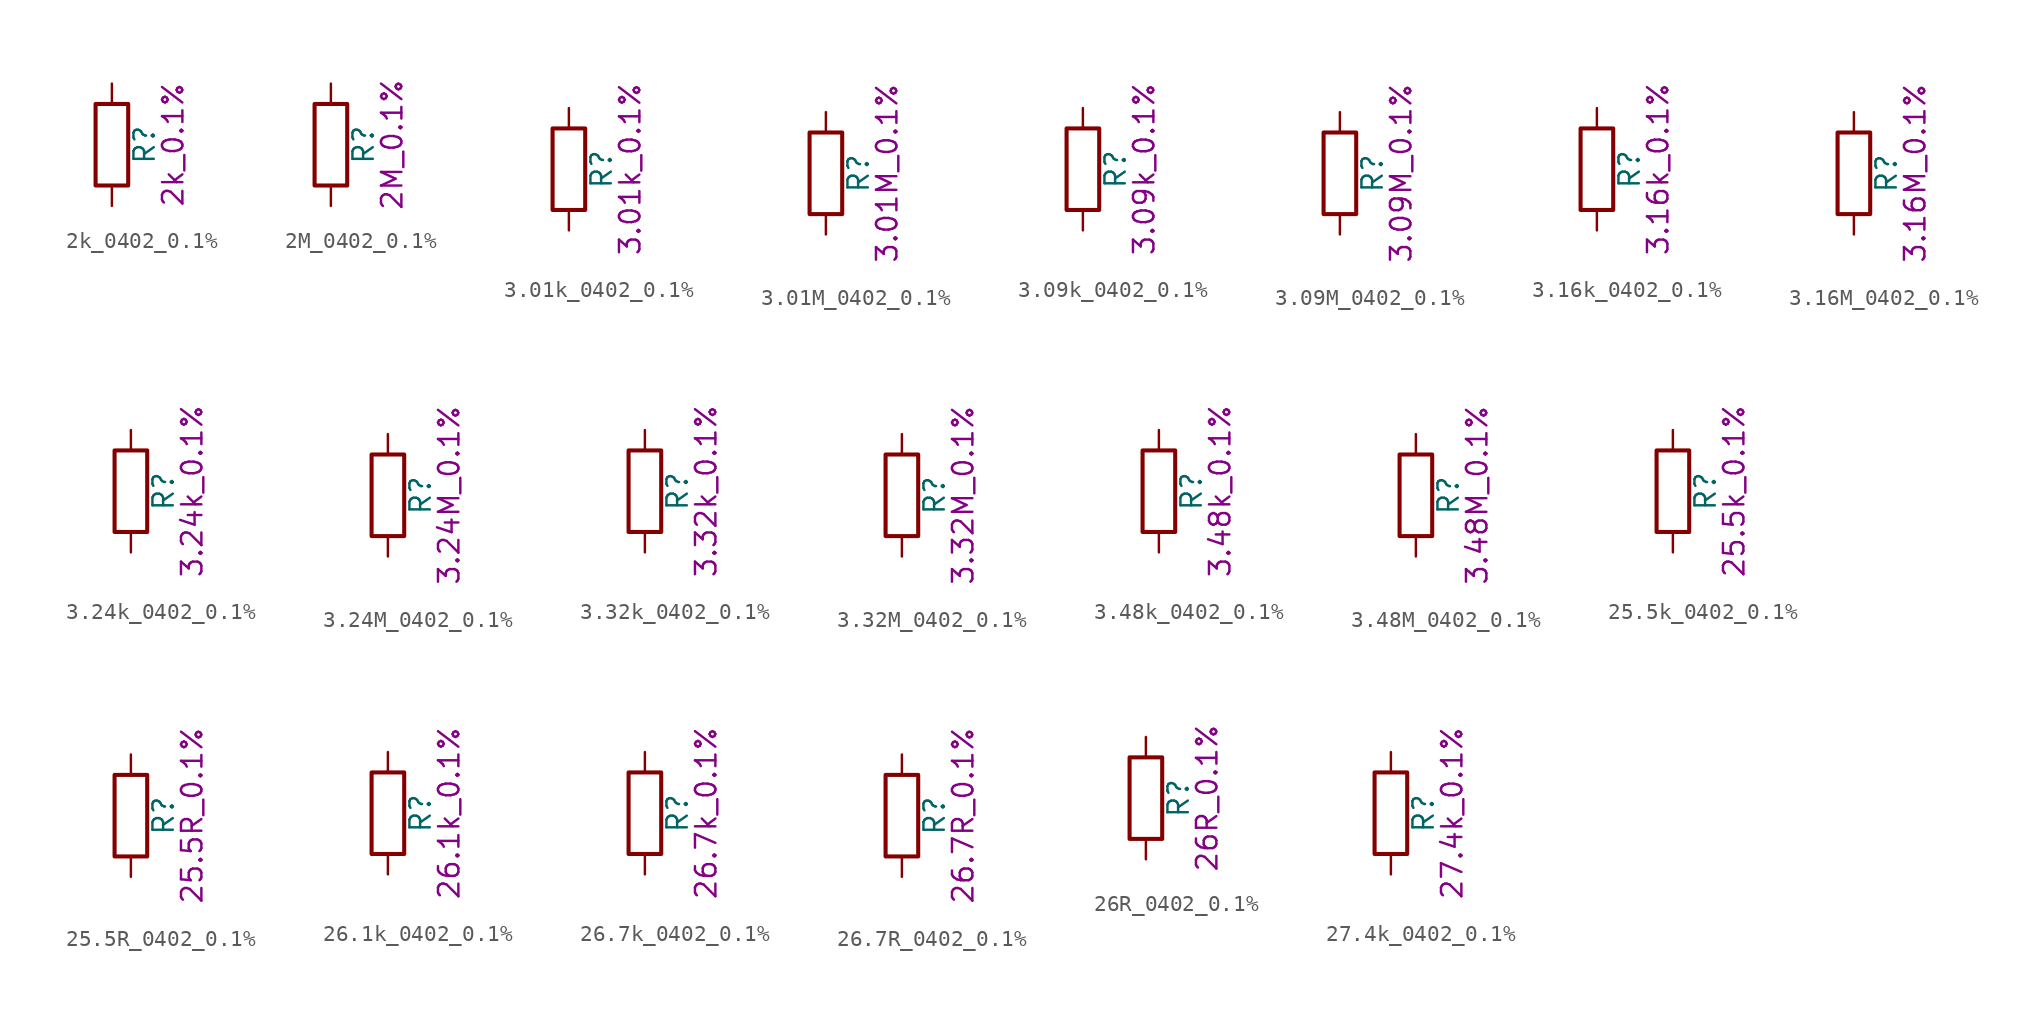
<source format=kicad_sym>
(kicad_symbol_lib
  (version 20211014)
  (generator kicad_symbol_editor)
  (symbol "2k_0402_0.1%"
    (pin_numbers hide)
    (pin_names
      (offset 0))
    (property "Reference" "R"
      (at 2.032 0 90)
      (effects (font (size 1.27 1.27))))
    (property "Display" "2k_0.1%"
      (at 3.81 0 90)
      (effects (font (size 1.27 1.27))))
    (symbol "2k_0402_0.1%_0_1"
      (rectangle (start -1.016 -2.54) (end 1.016 2.54) (stroke (width 0.254) (type default) (color 0 0 0 0)) (fill (type none))))
    (symbol "2k_0402_0.1%_1_1"
      (pin passive line (at 0 3.81 270) (length 1.27) (name "~" (effects (font (size 1.27 1.27)))) (number "1" (effects (font (size 1.27 1.27)))))
      (pin passive line (at 0 -3.81 90) (length 1.27) (name "~" (effects (font (size 1.27 1.27)))) (number "2" (effects (font (size 1.27 1.27)))))))
  (symbol "2M_0402_0.1%"
    (pin_numbers hide)
    (pin_names
      (offset 0))
    (property "Reference" "R"
      (at 2.032 0 90)
      (effects (font (size 1.27 1.27))))
    (property "Display" "2M_0.1%"
      (at 3.81 0 90)
      (effects (font (size 1.27 1.27))))
    (symbol "2M_0402_0.1%_0_1"
      (rectangle (start -1.016 -2.54) (end 1.016 2.54) (stroke (width 0.254) (type default) (color 0 0 0 0)) (fill (type none))))
    (symbol "2M_0402_0.1%_1_1"
      (pin passive line (at 0 3.81 270) (length 1.27) (name "~" (effects (font (size 1.27 1.27)))) (number "1" (effects (font (size 1.27 1.27)))))
      (pin passive line (at 0 -3.81 90) (length 1.27) (name "~" (effects (font (size 1.27 1.27)))) (number "2" (effects (font (size 1.27 1.27)))))))
  (symbol "3.01k_0402_0.1%"
    (pin_numbers hide)
    (pin_names
      (offset 0))
    (property "Reference" "R"
      (at 2.032 0 90)
      (effects (font (size 1.27 1.27))))
    (property "Display" "3.01k_0.1%"
      (at 3.81 0 90)
      (effects (font (size 1.27 1.27))))
    (symbol "3.01k_0402_0.1%_0_1"
      (rectangle (start -1.016 -2.54) (end 1.016 2.54) (stroke (width 0.254) (type default) (color 0 0 0 0)) (fill (type none))))
    (symbol "3.01k_0402_0.1%_1_1"
      (pin passive line (at 0 3.81 270) (length 1.27) (name "~" (effects (font (size 1.27 1.27)))) (number "1" (effects (font (size 1.27 1.27)))))
      (pin passive line (at 0 -3.81 90) (length 1.27) (name "~" (effects (font (size 1.27 1.27)))) (number "2" (effects (font (size 1.27 1.27)))))))
  (symbol "3.01M_0402_0.1%"
    (pin_numbers hide)
    (pin_names
      (offset 0))
    (property "Reference" "R"
      (at 2.032 0 90)
      (effects (font (size 1.27 1.27))))
    (property "Display" "3.01M_0.1%"
      (at 3.81 0 90)
      (effects (font (size 1.27 1.27))))
    (symbol "3.01M_0402_0.1%_0_1"
      (rectangle (start -1.016 -2.54) (end 1.016 2.54) (stroke (width 0.254) (type default) (color 0 0 0 0)) (fill (type none))))
    (symbol "3.01M_0402_0.1%_1_1"
      (pin passive line (at 0 3.81 270) (length 1.27) (name "~" (effects (font (size 1.27 1.27)))) (number "1" (effects (font (size 1.27 1.27)))))
      (pin passive line (at 0 -3.81 90) (length 1.27) (name "~" (effects (font (size 1.27 1.27)))) (number "2" (effects (font (size 1.27 1.27)))))))
  (symbol "3.09k_0402_0.1%"
    (pin_numbers hide)
    (pin_names
      (offset 0))
    (property "Reference" "R"
      (at 2.032 0 90)
      (effects (font (size 1.27 1.27))))
    (property "Display" "3.09k_0.1%"
      (at 3.81 0 90)
      (effects (font (size 1.27 1.27))))
    (symbol "3.09k_0402_0.1%_0_1"
      (rectangle (start -1.016 -2.54) (end 1.016 2.54) (stroke (width 0.254) (type default) (color 0 0 0 0)) (fill (type none))))
    (symbol "3.09k_0402_0.1%_1_1"
      (pin passive line (at 0 3.81 270) (length 1.27) (name "~" (effects (font (size 1.27 1.27)))) (number "1" (effects (font (size 1.27 1.27)))))
      (pin passive line (at 0 -3.81 90) (length 1.27) (name "~" (effects (font (size 1.27 1.27)))) (number "2" (effects (font (size 1.27 1.27)))))))
  (symbol "3.09M_0402_0.1%"
    (pin_numbers hide)
    (pin_names
      (offset 0))
    (property "Reference" "R"
      (at 2.032 0 90)
      (effects (font (size 1.27 1.27))))
    (property "Display" "3.09M_0.1%"
      (at 3.81 0 90)
      (effects (font (size 1.27 1.27))))
    (symbol "3.09M_0402_0.1%_0_1"
      (rectangle (start -1.016 -2.54) (end 1.016 2.54) (stroke (width 0.254) (type default) (color 0 0 0 0)) (fill (type none))))
    (symbol "3.09M_0402_0.1%_1_1"
      (pin passive line (at 0 3.81 270) (length 1.27) (name "~" (effects (font (size 1.27 1.27)))) (number "1" (effects (font (size 1.27 1.27)))))
      (pin passive line (at 0 -3.81 90) (length 1.27) (name "~" (effects (font (size 1.27 1.27)))) (number "2" (effects (font (size 1.27 1.27)))))))
  (symbol "3.16k_0402_0.1%"
    (pin_numbers hide)
    (pin_names
      (offset 0))
    (property "Reference" "R"
      (at 2.032 0 90)
      (effects (font (size 1.27 1.27))))
    (property "Display" "3.16k_0.1%"
      (at 3.81 0 90)
      (effects (font (size 1.27 1.27))))
    (symbol "3.16k_0402_0.1%_0_1"
      (rectangle (start -1.016 -2.54) (end 1.016 2.54) (stroke (width 0.254) (type default) (color 0 0 0 0)) (fill (type none))))
    (symbol "3.16k_0402_0.1%_1_1"
      (pin passive line (at 0 3.81 270) (length 1.27) (name "~" (effects (font (size 1.27 1.27)))) (number "1" (effects (font (size 1.27 1.27)))))
      (pin passive line (at 0 -3.81 90) (length 1.27) (name "~" (effects (font (size 1.27 1.27)))) (number "2" (effects (font (size 1.27 1.27)))))))
  (symbol "3.16M_0402_0.1%"
    (pin_numbers hide)
    (pin_names
      (offset 0))
    (property "Reference" "R"
      (at 2.032 0 90)
      (effects (font (size 1.27 1.27))))
    (property "Display" "3.16M_0.1%"
      (at 3.81 0 90)
      (effects (font (size 1.27 1.27))))
    (symbol "3.16M_0402_0.1%_0_1"
      (rectangle (start -1.016 -2.54) (end 1.016 2.54) (stroke (width 0.254) (type default) (color 0 0 0 0)) (fill (type none))))
    (symbol "3.16M_0402_0.1%_1_1"
      (pin passive line (at 0 3.81 270) (length 1.27) (name "~" (effects (font (size 1.27 1.27)))) (number "1" (effects (font (size 1.27 1.27)))))
      (pin passive line (at 0 -3.81 90) (length 1.27) (name "~" (effects (font (size 1.27 1.27)))) (number "2" (effects (font (size 1.27 1.27)))))))
  (symbol "3.24k_0402_0.1%"
    (pin_numbers hide)
    (pin_names
      (offset 0))
    (property "Reference" "R"
      (at 2.032 0 90)
      (effects (font (size 1.27 1.27))))
    (property "Display" "3.24k_0.1%"
      (at 3.81 0 90)
      (effects (font (size 1.27 1.27))))
    (symbol "3.24k_0402_0.1%_0_1"
      (rectangle (start -1.016 -2.54) (end 1.016 2.54) (stroke (width 0.254) (type default) (color 0 0 0 0)) (fill (type none))))
    (symbol "3.24k_0402_0.1%_1_1"
      (pin passive line (at 0 3.81 270) (length 1.27) (name "~" (effects (font (size 1.27 1.27)))) (number "1" (effects (font (size 1.27 1.27)))))
      (pin passive line (at 0 -3.81 90) (length 1.27) (name "~" (effects (font (size 1.27 1.27)))) (number "2" (effects (font (size 1.27 1.27)))))))
  (symbol "3.24M_0402_0.1%"
    (pin_numbers hide)
    (pin_names
      (offset 0))
    (property "Reference" "R"
      (at 2.032 0 90)
      (effects (font (size 1.27 1.27))))
    (property "Display" "3.24M_0.1%"
      (at 3.81 0 90)
      (effects (font (size 1.27 1.27))))
    (symbol "3.24M_0402_0.1%_0_1"
      (rectangle (start -1.016 -2.54) (end 1.016 2.54) (stroke (width 0.254) (type default) (color 0 0 0 0)) (fill (type none))))
    (symbol "3.24M_0402_0.1%_1_1"
      (pin passive line (at 0 3.81 270) (length 1.27) (name "~" (effects (font (size 1.27 1.27)))) (number "1" (effects (font (size 1.27 1.27)))))
      (pin passive line (at 0 -3.81 90) (length 1.27) (name "~" (effects (font (size 1.27 1.27)))) (number "2" (effects (font (size 1.27 1.27)))))))
  (symbol "3.32k_0402_0.1%"
    (pin_numbers hide)
    (pin_names
      (offset 0))
    (property "Reference" "R"
      (at 2.032 0 90)
      (effects (font (size 1.27 1.27))))
    (property "Display" "3.32k_0.1%"
      (at 3.81 0 90)
      (effects (font (size 1.27 1.27))))
    (symbol "3.32k_0402_0.1%_0_1"
      (rectangle (start -1.016 -2.54) (end 1.016 2.54) (stroke (width 0.254) (type default) (color 0 0 0 0)) (fill (type none))))
    (symbol "3.32k_0402_0.1%_1_1"
      (pin passive line (at 0 3.81 270) (length 1.27) (name "~" (effects (font (size 1.27 1.27)))) (number "1" (effects (font (size 1.27 1.27)))))
      (pin passive line (at 0 -3.81 90) (length 1.27) (name "~" (effects (font (size 1.27 1.27)))) (number "2" (effects (font (size 1.27 1.27)))))))
  (symbol "3.32M_0402_0.1%"
    (pin_numbers hide)
    (pin_names
      (offset 0))
    (property "Reference" "R"
      (at 2.032 0 90)
      (effects (font (size 1.27 1.27))))
    (property "Display" "3.32M_0.1%"
      (at 3.81 0 90)
      (effects (font (size 1.27 1.27))))
    (symbol "3.32M_0402_0.1%_0_1"
      (rectangle (start -1.016 -2.54) (end 1.016 2.54) (stroke (width 0.254) (type default) (color 0 0 0 0)) (fill (type none))))
    (symbol "3.32M_0402_0.1%_1_1"
      (pin passive line (at 0 3.81 270) (length 1.27) (name "~" (effects (font (size 1.27 1.27)))) (number "1" (effects (font (size 1.27 1.27)))))
      (pin passive line (at 0 -3.81 90) (length 1.27) (name "~" (effects (font (size 1.27 1.27)))) (number "2" (effects (font (size 1.27 1.27)))))))
  (symbol "3.48k_0402_0.1%"
    (pin_numbers hide)
    (pin_names
      (offset 0))
    (property "Reference" "R"
      (at 2.032 0 90)
      (effects (font (size 1.27 1.27))))
    (property "Display" "3.48k_0.1%"
      (at 3.81 0 90)
      (effects (font (size 1.27 1.27))))
    (symbol "3.48k_0402_0.1%_0_1"
      (rectangle (start -1.016 -2.54) (end 1.016 2.54) (stroke (width 0.254) (type default) (color 0 0 0 0)) (fill (type none))))
    (symbol "3.48k_0402_0.1%_1_1"
      (pin passive line (at 0 3.81 270) (length 1.27) (name "~" (effects (font (size 1.27 1.27)))) (number "1" (effects (font (size 1.27 1.27)))))
      (pin passive line (at 0 -3.81 90) (length 1.27) (name "~" (effects (font (size 1.27 1.27)))) (number "2" (effects (font (size 1.27 1.27)))))))
  (symbol "3.48M_0402_0.1%"
    (pin_numbers hide)
    (pin_names
      (offset 0))
    (property "Reference" "R"
      (at 2.032 0 90)
      (effects (font (size 1.27 1.27))))
    (property "Display" "3.48M_0.1%"
      (at 3.81 0 90)
      (effects (font (size 1.27 1.27))))
    (symbol "3.48M_0402_0.1%_0_1"
      (rectangle (start -1.016 -2.54) (end 1.016 2.54) (stroke (width 0.254) (type default) (color 0 0 0 0)) (fill (type none))))
    (symbol "3.48M_0402_0.1%_1_1"
      (pin passive line (at 0 3.81 270) (length 1.27) (name "~" (effects (font (size 1.27 1.27)))) (number "1" (effects (font (size 1.27 1.27)))))
      (pin passive line (at 0 -3.81 90) (length 1.27) (name "~" (effects (font (size 1.27 1.27)))) (number "2" (effects (font (size 1.27 1.27)))))))
  (symbol "25.5k_0402_0.1%"
    (pin_numbers hide)
    (pin_names
      (offset 0))
    (property "Reference" "R"
      (at 2.032 0 90)
      (effects (font (size 1.27 1.27))))
    (property "Display" "25.5k_0.1%"
      (at 3.81 0 90)
      (effects (font (size 1.27 1.27))))
    (symbol "25.5k_0402_0.1%_0_1"
      (rectangle (start -1.016 -2.54) (end 1.016 2.54) (stroke (width 0.254) (type default) (color 0 0 0 0)) (fill (type none))))
    (symbol "25.5k_0402_0.1%_1_1"
      (pin passive line (at 0 3.81 270) (length 1.27) (name "~" (effects (font (size 1.27 1.27)))) (number "1" (effects (font (size 1.27 1.27)))))
      (pin passive line (at 0 -3.81 90) (length 1.27) (name "~" (effects (font (size 1.27 1.27)))) (number "2" (effects (font (size 1.27 1.27)))))))
  (symbol "25.5R_0402_0.1%"
    (pin_numbers hide)
    (pin_names
      (offset 0))
    (property "Reference" "R"
      (at 2.032 0 90)
      (effects (font (size 1.27 1.27))))
    (property "Display" "25.5R_0.1%"
      (at 3.81 0 90)
      (effects (font (size 1.27 1.27))))
    (symbol "25.5R_0402_0.1%_0_1"
      (rectangle (start -1.016 -2.54) (end 1.016 2.54) (stroke (width 0.254) (type default) (color 0 0 0 0)) (fill (type none))))
    (symbol "25.5R_0402_0.1%_1_1"
      (pin passive line (at 0 3.81 270) (length 1.27) (name "~" (effects (font (size 1.27 1.27)))) (number "1" (effects (font (size 1.27 1.27)))))
      (pin passive line (at 0 -3.81 90) (length 1.27) (name "~" (effects (font (size 1.27 1.27)))) (number "2" (effects (font (size 1.27 1.27)))))))
  (symbol "26.1k_0402_0.1%"
    (pin_numbers hide)
    (pin_names
      (offset 0))
    (property "Reference" "R"
      (at 2.032 0 90)
      (effects (font (size 1.27 1.27))))
    (property "Display" "26.1k_0.1%"
      (at 3.81 0 90)
      (effects (font (size 1.27 1.27))))
    (symbol "26.1k_0402_0.1%_0_1"
      (rectangle (start -1.016 -2.54) (end 1.016 2.54) (stroke (width 0.254) (type default) (color 0 0 0 0)) (fill (type none))))
    (symbol "26.1k_0402_0.1%_1_1"
      (pin passive line (at 0 3.81 270) (length 1.27) (name "~" (effects (font (size 1.27 1.27)))) (number "1" (effects (font (size 1.27 1.27)))))
      (pin passive line (at 0 -3.81 90) (length 1.27) (name "~" (effects (font (size 1.27 1.27)))) (number "2" (effects (font (size 1.27 1.27)))))))
  (symbol "26.7k_0402_0.1%"
    (pin_numbers hide)
    (pin_names
      (offset 0))
    (property "Reference" "R"
      (at 2.032 0 90)
      (effects (font (size 1.27 1.27))))
    (property "Display" "26.7k_0.1%"
      (at 3.81 0 90)
      (effects (font (size 1.27 1.27))))
    (symbol "26.7k_0402_0.1%_0_1"
      (rectangle (start -1.016 -2.54) (end 1.016 2.54) (stroke (width 0.254) (type default) (color 0 0 0 0)) (fill (type none))))
    (symbol "26.7k_0402_0.1%_1_1"
      (pin passive line (at 0 3.81 270) (length 1.27) (name "~" (effects (font (size 1.27 1.27)))) (number "1" (effects (font (size 1.27 1.27)))))
      (pin passive line (at 0 -3.81 90) (length 1.27) (name "~" (effects (font (size 1.27 1.27)))) (number "2" (effects (font (size 1.27 1.27)))))))
  (symbol "26.7R_0402_0.1%"
    (pin_numbers hide)
    (pin_names
      (offset 0))
    (property "Reference" "R"
      (at 2.032 0 90)
      (effects (font (size 1.27 1.27))))
    (property "Display" "26.7R_0.1%"
      (at 3.81 0 90)
      (effects (font (size 1.27 1.27))))
    (symbol "26.7R_0402_0.1%_0_1"
      (rectangle (start -1.016 -2.54) (end 1.016 2.54) (stroke (width 0.254) (type default) (color 0 0 0 0)) (fill (type none))))
    (symbol "26.7R_0402_0.1%_1_1"
      (pin passive line (at 0 3.81 270) (length 1.27) (name "~" (effects (font (size 1.27 1.27)))) (number "1" (effects (font (size 1.27 1.27)))))
      (pin passive line (at 0 -3.81 90) (length 1.27) (name "~" (effects (font (size 1.27 1.27)))) (number "2" (effects (font (size 1.27 1.27)))))))
  (symbol "26R_0402_0.1%"
    (pin_numbers hide)
    (pin_names
      (offset 0))
    (property "Reference" "R"
      (at 2.032 0 90)
      (effects (font (size 1.27 1.27))))
    (property "Display" "26R_0.1%"
      (at 3.81 0 90)
      (effects (font (size 1.27 1.27))))
    (symbol "26R_0402_0.1%_0_1"
      (rectangle (start -1.016 -2.54) (end 1.016 2.54) (stroke (width 0.254) (type default) (color 0 0 0 0)) (fill (type none))))
    (symbol "26R_0402_0.1%_1_1"
      (pin passive line (at 0 3.81 270) (length 1.27) (name "~" (effects (font (size 1.27 1.27)))) (number "1" (effects (font (size 1.27 1.27)))))
      (pin passive line (at 0 -3.81 90) (length 1.27) (name "~" (effects (font (size 1.27 1.27)))) (number "2" (effects (font (size 1.27 1.27)))))))
  (symbol "27.4k_0402_0.1%"
    (pin_numbers hide)
    (pin_names
      (offset 0))
    (property "Reference" "R"
      (at 2.032 0 90)
      (effects (font (size 1.27 1.27))))
    (property "Display" "27.4k_0.1%"
      (at 3.81 0 90)
      (effects (font (size 1.27 1.27))))
    (symbol "27.4k_0402_0.1%_0_1"
      (rectangle (start -1.016 -2.54) (end 1.016 2.54) (stroke (width 0.254) (type default) (color 0 0 0 0)) (fill (type none))))
    (symbol "27.4k_0402_0.1%_1_1"
      (pin passive line (at 0 3.81 270) (length 1.27) (name "~" (effects (font (size 1.27 1.27)))) (number "1" (effects (font (size 1.27 1.27)))))
      (pin passive line (at 0 -3.81 90) (length 1.27) (name "~" (effects (font (size 1.27 1.27)))) (number "2" (effects (font (size 1.27 1.27))))))))
</source>
